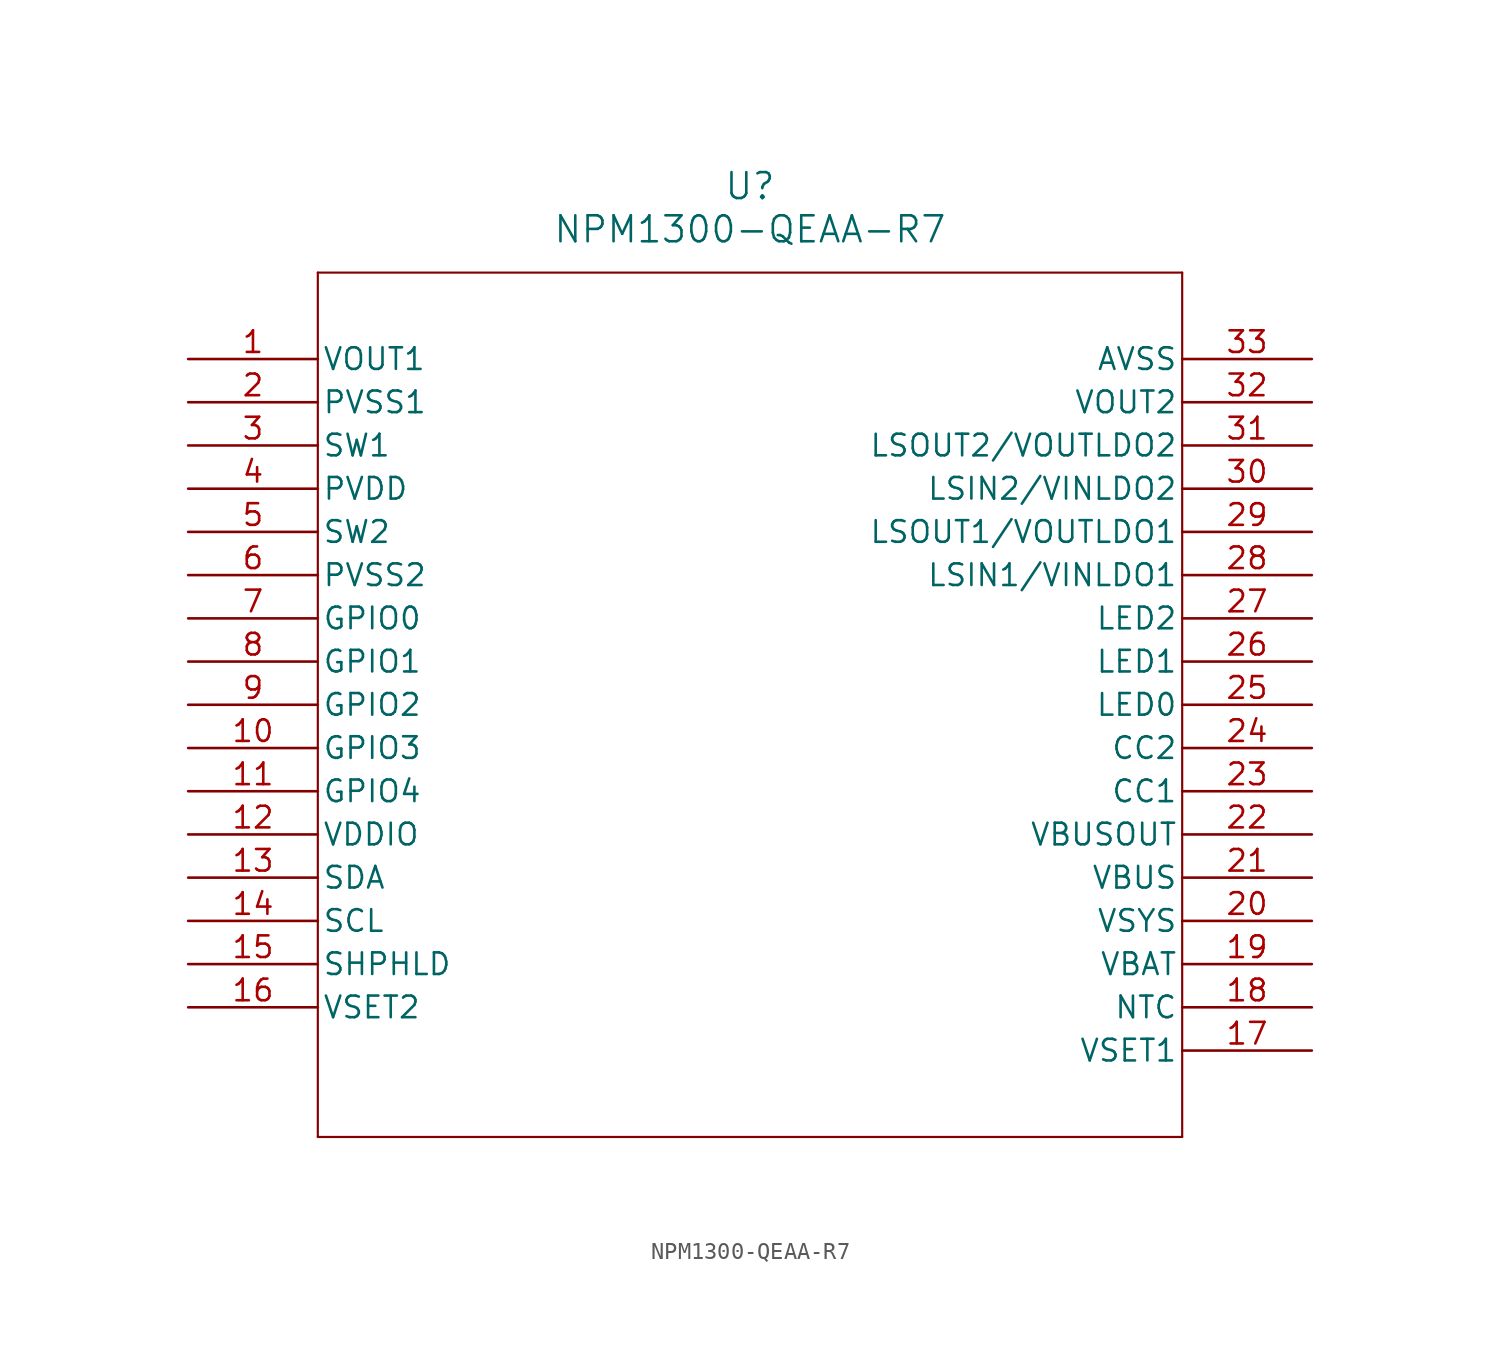
<source format=kicad_sym>
(kicad_symbol_lib
  (version 20211014)
  (generator kicad_symbol_editor)
  (symbol "NPM1300-QEAA-R7"
    (pin_names
      (offset 0.254))
    (property "Reference" "U"
      (at 33.02 10.16 0)
      (effects (font (size 1.524 1.524))))
    (property "Value" "NPM1300-QEAA-R7"
      (at 33.02 7.62 0)
      (effects (font (size 1.524 1.524))))
    (symbol "NPM1300-QEAA-R7_0_1"
      (polyline (pts (xy 7.62 5.08) (xy 7.62 -45.72)) (stroke (width 0.127) (type default) (color 0 0 0 0)) (fill (type none)))
      (polyline (pts (xy 7.62 -45.72) (xy 58.42 -45.72)) (stroke (width 0.127) (type default) (color 0 0 0 0)) (fill (type none)))
      (polyline (pts (xy 58.42 -45.72) (xy 58.42 5.08)) (stroke (width 0.127) (type default) (color 0 0 0 0)) (fill (type none)))
      (polyline (pts (xy 58.42 5.08) (xy 7.62 5.08)) (stroke (width 0.127) (type default) (color 0 0 0 0)) (fill (type none)))
      (pin power_in line (at 0 0 0) (length 7.62) (name "VOUT1" (effects (font (size 1.27 1.27)))) (number "1" (effects (font (size 1.27 1.27)))))
      (pin power_out line (at 0 -2.54 0) (length 7.62) (name "PVSS1" (effects (font (size 1.27 1.27)))) (number "2" (effects (font (size 1.27 1.27)))))
      (pin power_in line (at 0 -5.08 0) (length 7.62) (name "SW1" (effects (font (size 1.27 1.27)))) (number "3" (effects (font (size 1.27 1.27)))))
      (pin power_in line (at 0 -7.62 0) (length 7.62) (name "PVDD" (effects (font (size 1.27 1.27)))) (number "4" (effects (font (size 1.27 1.27)))))
      (pin power_in line (at 0 -10.16 0) (length 7.62) (name "SW2" (effects (font (size 1.27 1.27)))) (number "5" (effects (font (size 1.27 1.27)))))
      (pin power_out line (at 0 -12.7 0) (length 7.62) (name "PVSS2" (effects (font (size 1.27 1.27)))) (number "6" (effects (font (size 1.27 1.27)))))
      (pin bidirectional line (at 0 -15.24 0) (length 7.62) (name "GPIO0" (effects (font (size 1.27 1.27)))) (number "7" (effects (font (size 1.27 1.27)))))
      (pin bidirectional line (at 0 -17.78 0) (length 7.62) (name "GPIO1" (effects (font (size 1.27 1.27)))) (number "8" (effects (font (size 1.27 1.27)))))
      (pin bidirectional line (at 0 -20.32 0) (length 7.62) (name "GPIO2" (effects (font (size 1.27 1.27)))) (number "9" (effects (font (size 1.27 1.27)))))
      (pin bidirectional line (at 0 -22.86 0) (length 7.62) (name "GPIO3" (effects (font (size 1.27 1.27)))) (number "10" (effects (font (size 1.27 1.27)))))
      (pin bidirectional line (at 0 -25.4 0) (length 7.62) (name "GPIO4" (effects (font (size 1.27 1.27)))) (number "11" (effects (font (size 1.27 1.27)))))
      (pin power_in line (at 0 -27.94 0) (length 7.62) (name "VDDIO" (effects (font (size 1.27 1.27)))) (number "12" (effects (font (size 1.27 1.27)))))
      (pin bidirectional line (at 0 -30.48 0) (length 7.62) (name "SDA" (effects (font (size 1.27 1.27)))) (number "13" (effects (font (size 1.27 1.27)))))
      (pin input line (at 0 -33.02 0) (length 7.62) (name "SCL" (effects (font (size 1.27 1.27)))) (number "14" (effects (font (size 1.27 1.27)))))
      (pin input line (at 0 -35.56 0) (length 7.62) (name "SHPHLD" (effects (font (size 1.27 1.27)))) (number "15" (effects (font (size 1.27 1.27)))))
      (pin unspecified line (at 0 -38.1 0) (length 7.62) (name "VSET2" (effects (font (size 1.27 1.27)))) (number "16" (effects (font (size 1.27 1.27)))))
      (pin unspecified line (at 66.04 -40.64 180) (length 7.62) (name "VSET1" (effects (font (size 1.27 1.27)))) (number "17" (effects (font (size 1.27 1.27)))))
      (pin unspecified line (at 66.04 -38.1 180) (length 7.62) (name "NTC" (effects (font (size 1.27 1.27)))) (number "18" (effects (font (size 1.27 1.27)))))
      (pin power_in line (at 66.04 -35.56 180) (length 7.62) (name "VBAT" (effects (font (size 1.27 1.27)))) (number "19" (effects (font (size 1.27 1.27)))))
      (pin power_in line (at 66.04 -33.02 180) (length 7.62) (name "VSYS" (effects (font (size 1.27 1.27)))) (number "20" (effects (font (size 1.27 1.27)))))
      (pin power_in line (at 66.04 -30.48 180) (length 7.62) (name "VBUS" (effects (font (size 1.27 1.27)))) (number "21" (effects (font (size 1.27 1.27)))))
      (pin unspecified line (at 66.04 -27.94 180) (length 7.62) (name "VBUSOUT" (effects (font (size 1.27 1.27)))) (number "22" (effects (font (size 1.27 1.27)))))
      (pin unspecified line (at 66.04 -25.4 180) (length 7.62) (name "CC1" (effects (font (size 1.27 1.27)))) (number "23" (effects (font (size 1.27 1.27)))))
      (pin unspecified line (at 66.04 -22.86 180) (length 7.62) (name "CC2" (effects (font (size 1.27 1.27)))) (number "24" (effects (font (size 1.27 1.27)))))
      (pin unspecified line (at 66.04 -20.32 180) (length 7.62) (name "LED0" (effects (font (size 1.27 1.27)))) (number "25" (effects (font (size 1.27 1.27)))))
      (pin unspecified line (at 66.04 -17.78 180) (length 7.62) (name "LED1" (effects (font (size 1.27 1.27)))) (number "26" (effects (font (size 1.27 1.27)))))
      (pin unspecified line (at 66.04 -15.24 180) (length 7.62) (name "LED2" (effects (font (size 1.27 1.27)))) (number "27" (effects (font (size 1.27 1.27)))))
      (pin power_in line (at 66.04 -12.7 180) (length 7.62) (name "LSIN1/VINLDO1" (effects (font (size 1.27 1.27)))) (number "28" (effects (font (size 1.27 1.27)))))
      (pin power_in line (at 66.04 -10.16 180) (length 7.62) (name "LSOUT1/VOUTLDO1" (effects (font (size 1.27 1.27)))) (number "29" (effects (font (size 1.27 1.27)))))
      (pin power_in line (at 66.04 -7.62 180) (length 7.62) (name "LSIN2/VINLDO2" (effects (font (size 1.27 1.27)))) (number "30" (effects (font (size 1.27 1.27)))))
      (pin power_in line (at 66.04 -5.08 180) (length 7.62) (name "LSOUT2/VOUTLDO2" (effects (font (size 1.27 1.27)))) (number "31" (effects (font (size 1.27 1.27)))))
      (pin power_in line (at 66.04 -2.54 180) (length 7.62) (name "VOUT2" (effects (font (size 1.27 1.27)))) (number "32" (effects (font (size 1.27 1.27)))))
      (pin power_out line (at 66.04 0 180) (length 7.62) (name "AVSS" (effects (font (size 1.27 1.27)))) (number "33" (effects (font (size 1.27 1.27))))))))
</source>
